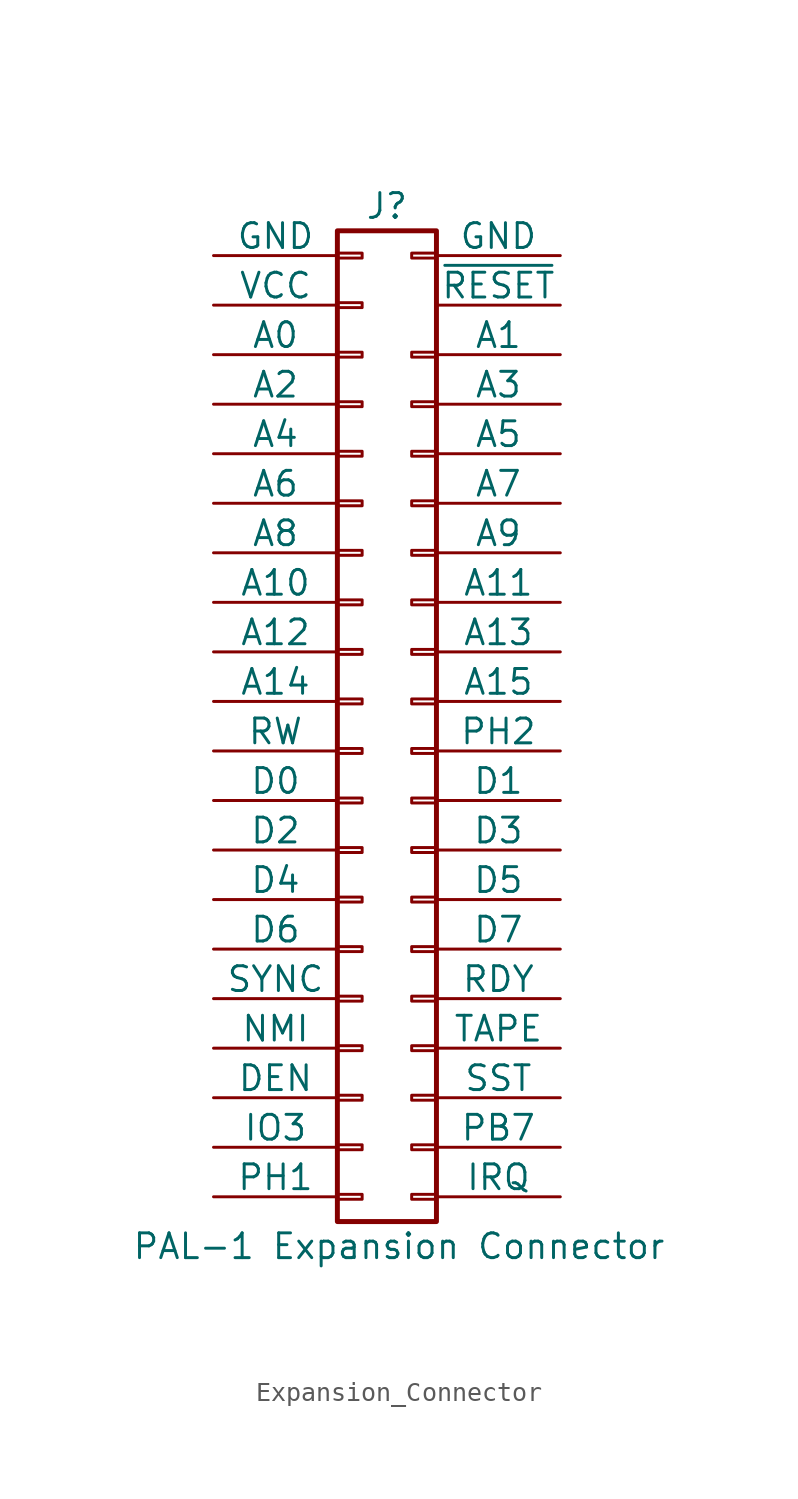
<source format=kicad_sym>
(kicad_symbol_lib
  (version 20220914)
  (generator kicad_symbol_editor)
  (symbol "Expansion_Connector"
    (pin_numbers hide)
    (pin_names
      (offset 0))
    (property "Reference" "J"
      (at 1.285 25.4 0)
      (effects (font (size 1.27 1.27))))
    (property "Value" "PAL-1 Expansion Connector"
      (at 1.905 -27.94 0)
      (effects (font (size 1.27 1.27))))
    (symbol "Expansion_Connector_1_1"
      (rectangle (start -1.255 -25.273) (end 0.015 -25.527) (stroke (width 0.152) (type default)) (fill (type none)))
      (rectangle (start -1.255 -22.733) (end 0.015 -22.987) (stroke (width 0.152) (type default)) (fill (type none)))
      (rectangle (start -1.255 -20.193) (end 0.015 -20.447) (stroke (width 0.152) (type default)) (fill (type none)))
      (rectangle (start -1.255 -17.653) (end 0.015 -17.907) (stroke (width 0.152) (type default)) (fill (type none)))
      (rectangle (start -1.255 -15.113) (end 0.015 -15.367) (stroke (width 0.152) (type default)) (fill (type none)))
      (rectangle (start -1.255 -12.573) (end 0.015 -12.827) (stroke (width 0.152) (type default)) (fill (type none)))
      (rectangle (start -1.255 -10.033) (end 0.015 -10.287) (stroke (width 0.152) (type default)) (fill (type none)))
      (rectangle (start -1.255 -7.493) (end 0.015 -7.747) (stroke (width 0.152) (type default)) (fill (type none)))
      (rectangle (start -1.255 -4.953) (end 0.015 -5.207) (stroke (width 0.152) (type default)) (fill (type none)))
      (rectangle (start -1.255 -2.413) (end 0.015 -2.667) (stroke (width 0.152) (type default)) (fill (type none)))
      (rectangle (start -1.255 0.127) (end 0.015 -0.127) (stroke (width 0.152) (type default)) (fill (type none)))
      (rectangle (start -1.255 2.667) (end 0.015 2.413) (stroke (width 0.152) (type default)) (fill (type none)))
      (rectangle (start -1.255 5.207) (end 0.015 4.953) (stroke (width 0.152) (type default)) (fill (type none)))
      (rectangle (start -1.255 7.747) (end 0.015 7.493) (stroke (width 0.152) (type default)) (fill (type none)))
      (rectangle (start -1.255 10.287) (end 0.015 10.033) (stroke (width 0.152) (type default)) (fill (type none)))
      (rectangle (start -1.255 12.827) (end 0.015 12.573) (stroke (width 0.152) (type default)) (fill (type none)))
      (rectangle (start -1.255 15.367) (end 0.015 15.113) (stroke (width 0.152) (type default)) (fill (type none)))
      (rectangle (start -1.255 17.907) (end 0.015 17.653) (stroke (width 0.152) (type default)) (fill (type none)))
      (rectangle (start -1.255 20.447) (end 0.015 20.193) (stroke (width 0.152) (type default)) (fill (type none)))
      (rectangle (start -1.255 22.987) (end 0.015 22.733) (stroke (width 0.152) (type default)) (fill (type none)))
      (rectangle (start -1.255 24.13) (end 3.825 -26.67) (stroke (width 0.254) (type default)) (fill (type none)))
      (rectangle (start 2.555 -15.113) (end 3.825 -15.367) (stroke (width 0.152) (type default)) (fill (type none)))
      (rectangle (start 3.825 -25.273) (end 2.555 -25.527) (stroke (width 0.152) (type default)) (fill (type none)))
      (rectangle (start 3.825 -22.733) (end 2.555 -22.987) (stroke (width 0.152) (type default)) (fill (type none)))
      (rectangle (start 3.825 -20.193) (end 2.555 -20.447) (stroke (width 0.152) (type default)) (fill (type none)))
      (rectangle (start 3.825 -17.653) (end 2.555 -17.907) (stroke (width 0.152) (type default)) (fill (type none)))
      (rectangle (start 3.825 -12.573) (end 2.555 -12.827) (stroke (width 0.152) (type default)) (fill (type none)))
      (rectangle (start 3.825 -10.033) (end 2.555 -10.287) (stroke (width 0.152) (type default)) (fill (type none)))
      (rectangle (start 3.825 -7.493) (end 2.555 -7.747) (stroke (width 0.152) (type default)) (fill (type none)))
      (rectangle (start 3.825 -4.953) (end 2.555 -5.207) (stroke (width 0.152) (type default)) (fill (type none)))
      (rectangle (start 3.825 -2.413) (end 2.555 -2.667) (stroke (width 0.152) (type default)) (fill (type none)))
      (rectangle (start 3.825 0.127) (end 2.555 -0.127) (stroke (width 0.152) (type default)) (fill (type none)))
      (rectangle (start 3.825 2.667) (end 2.555 2.413) (stroke (width 0.152) (type default)) (fill (type none)))
      (rectangle (start 3.825 5.207) (end 2.555 4.953) (stroke (width 0.152) (type default)) (fill (type none)))
      (rectangle (start 3.825 7.747) (end 2.555 7.493) (stroke (width 0.152) (type default)) (fill (type none)))
      (rectangle (start 3.825 10.287) (end 2.555 10.033) (stroke (width 0.152) (type default)) (fill (type none)))
      (rectangle (start 3.825 12.827) (end 2.555 12.573) (stroke (width 0.152) (type default)) (fill (type none)))
      (rectangle (start 3.825 15.367) (end 2.555 15.113) (stroke (width 0.152) (type default)) (fill (type none)))
      (rectangle (start 3.825 17.907) (end 2.555 17.653) (stroke (width 0.152) (type default)) (fill (type none)))
      (rectangle (start 3.825 22.987) (end 2.555 22.733) (stroke (width 0.152) (type default)) (fill (type none)))
      (pin power_out line (at -7.605 22.86 0) (length 6.35) (name "GND" (effects (font (size 1.27 1.27)))) (number "1" (effects (font (size 1.27 1.27)))))
      (pin passive line (at 10.175 12.7 180) (length 6.35) (name "A5" (effects (font (size 1.27 1.27)))) (number "10" (effects (font (size 1.27 1.27)))))
      (pin passive line (at -7.605 10.16 0) (length 6.35) (name "A6" (effects (font (size 1.27 1.27)))) (number "11" (effects (font (size 1.27 1.27)))))
      (pin passive line (at 10.175 10.16 180) (length 6.35) (name "A7" (effects (font (size 1.27 1.27)))) (number "12" (effects (font (size 1.27 1.27)))))
      (pin passive line (at -7.605 7.62 0) (length 6.35) (name "A8" (effects (font (size 1.27 1.27)))) (number "13" (effects (font (size 1.27 1.27)))))
      (pin passive line (at 10.175 7.62 180) (length 6.35) (name "A9" (effects (font (size 1.27 1.27)))) (number "14" (effects (font (size 1.27 1.27)))))
      (pin passive line (at -7.605 5.08 0) (length 6.35) (name "A10" (effects (font (size 1.27 1.27)))) (number "15" (effects (font (size 1.27 1.27)))))
      (pin passive line (at 10.175 5.08 180) (length 6.35) (name "A11" (effects (font (size 1.27 1.27)))) (number "16" (effects (font (size 1.27 1.27)))))
      (pin passive line (at -7.605 2.54 0) (length 6.35) (name "A12" (effects (font (size 1.27 1.27)))) (number "17" (effects (font (size 1.27 1.27)))))
      (pin passive line (at 10.175 2.54 180) (length 6.35) (name "A13" (effects (font (size 1.27 1.27)))) (number "18" (effects (font (size 1.27 1.27)))))
      (pin passive line (at -7.605 0 0) (length 6.35) (name "A14" (effects (font (size 1.27 1.27)))) (number "19" (effects (font (size 1.27 1.27)))))
      (pin passive line (at 10.175 22.86 180) (length 6.35) (name "GND" (effects (font (size 1.27 1.27)))) (number "2" (effects (font (size 1.27 1.27)))))
      (pin passive line (at 10.175 0 180) (length 6.35) (name "A15" (effects (font (size 1.27 1.27)))) (number "20" (effects (font (size 1.27 1.27)))))
      (pin passive line (at -7.605 -2.54 0) (length 6.35) (name "RW" (effects (font (size 1.27 1.27)))) (number "21" (effects (font (size 1.27 1.27)))))
      (pin passive line (at 10.175 -2.54 180) (length 6.35) (name "PH2" (effects (font (size 1.27 1.27)))) (number "22" (effects (font (size 1.27 1.27)))))
      (pin passive line (at -7.605 -5.08 0) (length 6.35) (name "D0" (effects (font (size 1.27 1.27)))) (number "23" (effects (font (size 1.27 1.27)))))
      (pin passive line (at 10.175 -5.08 180) (length 6.35) (name "D1" (effects (font (size 1.27 1.27)))) (number "24" (effects (font (size 1.27 1.27)))))
      (pin passive line (at -7.605 -7.62 0) (length 6.35) (name "D2" (effects (font (size 1.27 1.27)))) (number "25" (effects (font (size 1.27 1.27)))))
      (pin passive line (at 10.175 -7.62 180) (length 6.35) (name "D3" (effects (font (size 1.27 1.27)))) (number "26" (effects (font (size 1.27 1.27)))))
      (pin passive line (at -7.605 -10.16 0) (length 6.35) (name "D4" (effects (font (size 1.27 1.27)))) (number "27" (effects (font (size 1.27 1.27)))))
      (pin passive line (at 10.175 -10.16 180) (length 6.35) (name "D5" (effects (font (size 1.27 1.27)))) (number "28" (effects (font (size 1.27 1.27)))))
      (pin passive line (at -7.605 -12.7 0) (length 6.35) (name "D6" (effects (font (size 1.27 1.27)))) (number "29" (effects (font (size 1.27 1.27)))))
      (pin passive line (at -7.605 20.32 0) (length 6.35) (name "VCC" (effects (font (size 1.27 1.27)))) (number "3" (effects (font (size 1.27 1.27)))))
      (pin passive line (at 10.175 -12.7 180) (length 6.35) (name "D7" (effects (font (size 1.27 1.27)))) (number "30" (effects (font (size 1.27 1.27)))))
      (pin passive line (at -7.605 -15.24 0) (length 6.35) (name "SYNC" (effects (font (size 1.27 1.27)))) (number "31" (effects (font (size 1.27 1.27)))))
      (pin passive line (at 10.175 -15.24 180) (length 6.35) (name "RDY" (effects (font (size 1.27 1.27)))) (number "32" (effects (font (size 1.27 1.27)))))
      (pin passive line (at -7.605 -17.78 0) (length 6.35) (name "NMI" (effects (font (size 1.27 1.27)))) (number "33" (effects (font (size 1.27 1.27)))))
      (pin passive line (at 10.175 -17.78 180) (length 6.35) (name "TAPE" (effects (font (size 1.27 1.27)))) (number "34" (effects (font (size 1.27 1.27)))))
      (pin passive line (at -7.605 -20.32 0) (length 6.35) (name "DEN" (effects (font (size 1.27 1.27)))) (number "35" (effects (font (size 1.27 1.27)))))
      (pin passive line (at 10.175 -20.32 180) (length 6.35) (name "SST" (effects (font (size 1.27 1.27)))) (number "36" (effects (font (size 1.27 1.27)))))
      (pin passive line (at -7.605 -22.86 0) (length 6.35) (name "IO3" (effects (font (size 1.27 1.27)))) (number "37" (effects (font (size 1.27 1.27)))))
      (pin passive line (at 10.175 -22.86 180) (length 6.35) (name "PB7" (effects (font (size 1.27 1.27)))) (number "38" (effects (font (size 1.27 1.27)))))
      (pin passive line (at -7.605 -25.4 0) (length 6.35) (name "PH1" (effects (font (size 1.27 1.27)))) (number "39" (effects (font (size 1.27 1.27)))))
      (pin passive line (at 10.175 20.32 180) (length 6.35) (name "~{RESET}" (effects (font (size 1.27 1.27)))) (number "4" (effects (font (size 1.27 1.27)))))
      (pin passive line (at 10.175 -25.4 180) (length 6.35) (name "IRQ" (effects (font (size 1.27 1.27)))) (number "40" (effects (font (size 1.27 1.27)))))
      (pin passive line (at -7.605 17.78 0) (length 6.35) (name "A0" (effects (font (size 1.27 1.27)))) (number "5" (effects (font (size 1.27 1.27)))))
      (pin passive line (at 10.175 17.78 180) (length 6.35) (name "A1" (effects (font (size 1.27 1.27)))) (number "6" (effects (font (size 1.27 1.27)))))
      (pin passive line (at -7.605 15.24 0) (length 6.35) (name "A2" (effects (font (size 1.27 1.27)))) (number "7" (effects (font (size 1.27 1.27)))))
      (pin passive line (at 10.175 15.24 180) (length 6.35) (name "A3" (effects (font (size 1.27 1.27)))) (number "8" (effects (font (size 1.27 1.27)))))
      (pin passive line (at -7.605 12.7 0) (length 6.35) (name "A4" (effects (font (size 1.27 1.27)))) (number "9" (effects (font (size 1.27 1.27))))))))
</source>
